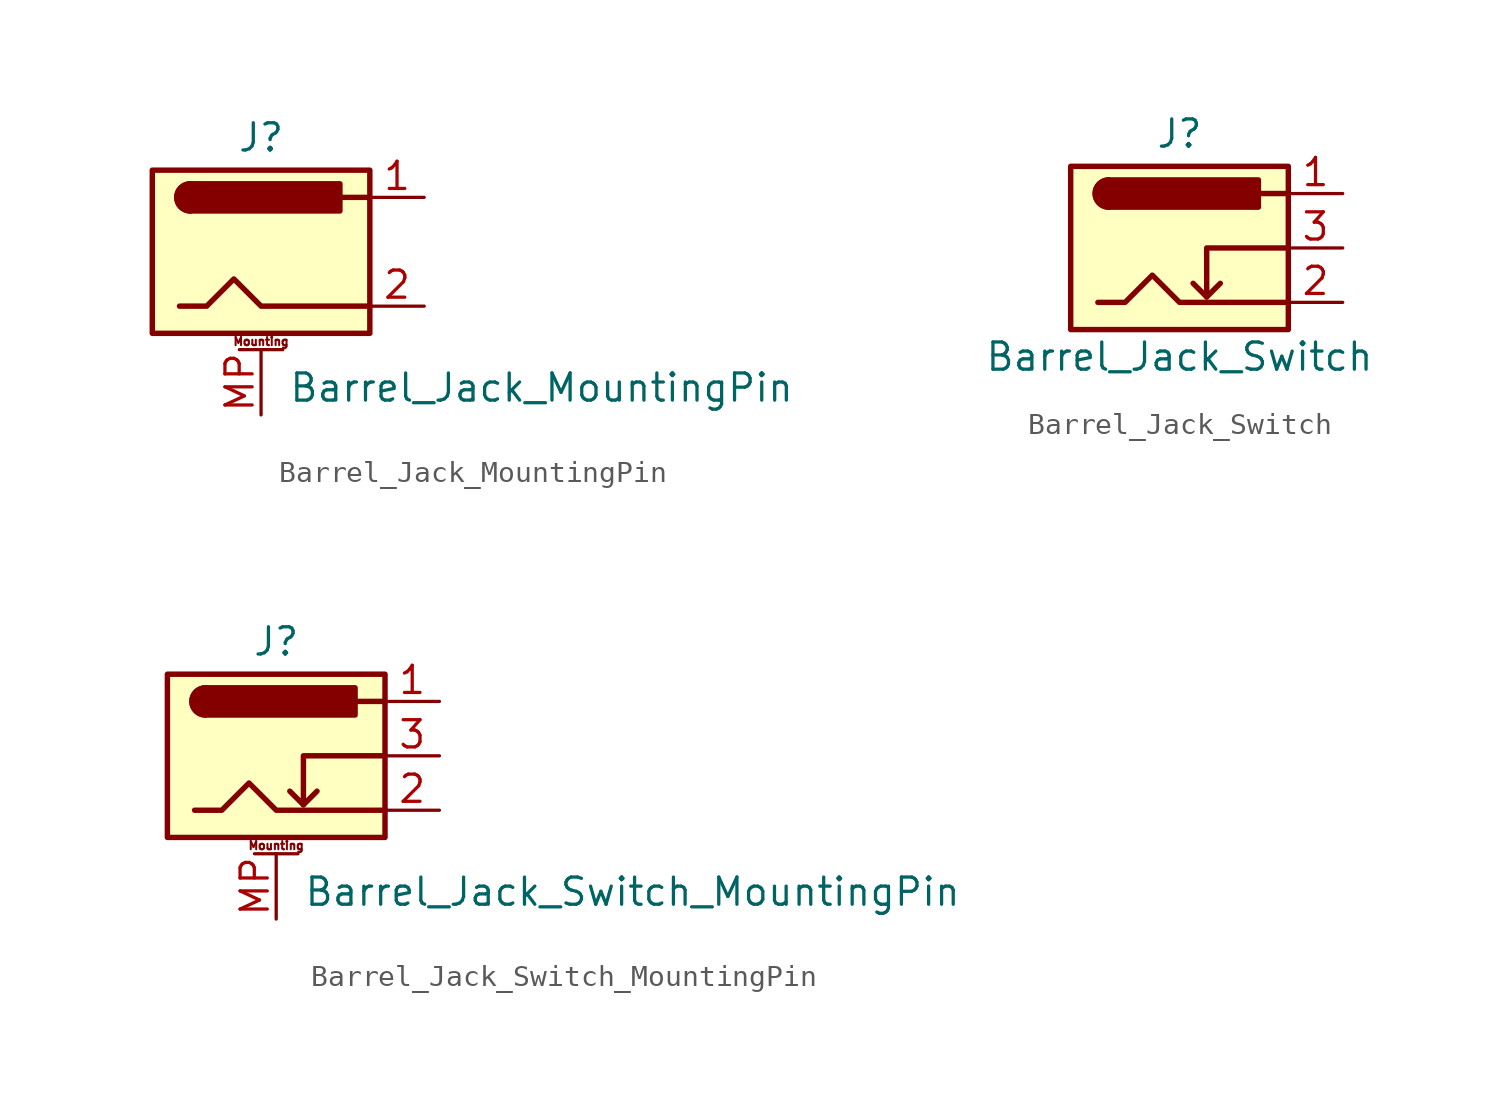
<source format=kicad_sym>
(kicad_symbol_lib
  (version 20201005)
  (generator kicad_symbol_editor)
  (symbol "Connector:Barrel_Jack_MountingPin"
    (pin_names hide)
    (property "Reference" "J"
      (at 0 5.334 0)
      (effects (font (size 1.27 1.27))))
    (property "Value" "Barrel_Jack_MountingPin"
      (at 1.27 -6.35 0)
      (effects (font (size 1.27 1.27)) (justify left)))
    (symbol "Barrel_Jack_MountingPin_0_1"
      (arc (start -3.302 3.175) (end -3.302 1.905) (radius (at -3.302 2.54) (length 0.635) (angles 90.1 -90.1)) (stroke (width 0.254)) (fill (type outline)))
      (arc (start -3.302 3.175) (end -3.302 1.905) (radius (at -3.302 2.54) (length 0.635) (angles 90.1 -90.1)) (stroke (width 0.254)) (fill (type none)))
      (rectangle (start -5.08 3.81) (end 5.08 -3.81) (stroke (width 0.254)) (fill (type background)))
      (rectangle (start 3.683 3.175) (end -3.302 1.905) (stroke (width 0.254)) (fill (type outline)))
      (polyline (pts (xy 5.08 2.54) (xy 3.81 2.54)) (stroke (width 0.254)) (fill (type none)))
      (polyline (pts (xy -3.81 -2.54) (xy -2.54 -2.54) (xy -1.27 -1.27) (xy 0 -2.54) (xy 2.54 -2.54) (xy 5.08 -2.54)) (stroke (width 0.254)) (fill (type none))))
    (symbol "Barrel_Jack_MountingPin_1_1"
      (text "Mounting" (at 0 -4.191 0) (effects (font (size 0.381 0.381))))
      (polyline (pts (xy -1.016 -4.572) (xy 1.016 -4.572)) (stroke (width 0.152)) (fill (type none)))
      (pin passive line (at 7.62 2.54 180) (length 2.54) (name "~" (effects (font (size 1.27 1.27)))) (number "1" (effects (font (size 1.27 1.27)))))
      (pin passive line (at 7.62 -2.54 180) (length 2.54) (name "~" (effects (font (size 1.27 1.27)))) (number "2" (effects (font (size 1.27 1.27)))))
      (pin passive line (at 0 -7.62 90) (length 3.048) (name "MountPin" (effects (font (size 1.27 1.27)))) (number "MP" (effects (font (size 1.27 1.27)))))))
  (symbol "Connector:Barrel_Jack_Switch"
    (pin_names hide)
    (property "Reference" "J"
      (at 0 5.334 0)
      (effects (font (size 1.27 1.27))))
    (property "Value" "Barrel_Jack_Switch"
      (at 0 -5.08 0)
      (effects (font (size 1.27 1.27))))
    (symbol "Barrel_Jack_Switch_0_1"
      (arc (start -3.302 3.175) (end -3.302 1.905) (radius (at -3.302 2.54) (length 0.635) (angles 90.1 -90.1)) (stroke (width 0.254)) (fill (type outline)))
      (arc (start -3.302 3.175) (end -3.302 1.905) (radius (at -3.302 2.54) (length 0.635) (angles 90.1 -90.1)) (stroke (width 0.254)) (fill (type none)))
      (rectangle (start -5.08 3.81) (end 5.08 -3.81) (stroke (width 0.254)) (fill (type background)))
      (rectangle (start 3.683 3.175) (end -3.302 1.905) (stroke (width 0.254)) (fill (type outline)))
      (polyline (pts (xy 1.27 -2.286) (xy 1.905 -1.651)) (stroke (width 0.254)) (fill (type none)))
      (polyline (pts (xy 5.08 2.54) (xy 3.81 2.54)) (stroke (width 0.254)) (fill (type none)))
      (polyline (pts (xy 5.08 0) (xy 1.27 0) (xy 1.27 -2.286) (xy 0.635 -1.651)) (stroke (width 0.254)) (fill (type none)))
      (polyline (pts (xy -3.81 -2.54) (xy -2.54 -2.54) (xy -1.27 -1.27) (xy 0 -2.54) (xy 2.54 -2.54) (xy 5.08 -2.54)) (stroke (width 0.254)) (fill (type none))))
    (symbol "Barrel_Jack_Switch_1_1"
      (pin passive line (at 7.62 2.54 180) (length 2.54) (name "~" (effects (font (size 1.27 1.27)))) (number "1" (effects (font (size 1.27 1.27)))))
      (pin passive line (at 7.62 -2.54 180) (length 2.54) (name "~" (effects (font (size 1.27 1.27)))) (number "2" (effects (font (size 1.27 1.27)))))
      (pin passive line (at 7.62 0 180) (length 2.54) (name "~" (effects (font (size 1.27 1.27)))) (number "3" (effects (font (size 1.27 1.27)))))))
  (symbol "Connector:Barrel_Jack_Switch_MountingPin"
    (pin_names hide)
    (property "Reference" "J"
      (at 0 5.334 0)
      (effects (font (size 1.27 1.27))))
    (property "Value" "Barrel_Jack_Switch_MountingPin"
      (at 1.27 -6.35 0)
      (effects (font (size 1.27 1.27)) (justify left)))
    (symbol "Barrel_Jack_Switch_MountingPin_0_1"
      (arc (start -3.302 3.175) (end -3.302 1.905) (radius (at -3.302 2.54) (length 0.635) (angles 90.1 -90.1)) (stroke (width 0.254)) (fill (type outline)))
      (arc (start -3.302 3.175) (end -3.302 1.905) (radius (at -3.302 2.54) (length 0.635) (angles 90.1 -90.1)) (stroke (width 0.254)) (fill (type none)))
      (rectangle (start -5.08 3.81) (end 5.08 -3.81) (stroke (width 0.254)) (fill (type background)))
      (rectangle (start 3.683 3.175) (end -3.302 1.905) (stroke (width 0.254)) (fill (type outline)))
      (polyline (pts (xy 1.27 -2.286) (xy 1.905 -1.651)) (stroke (width 0.254)) (fill (type none)))
      (polyline (pts (xy 5.08 2.54) (xy 3.81 2.54)) (stroke (width 0.254)) (fill (type none)))
      (polyline (pts (xy 5.08 0) (xy 1.27 0) (xy 1.27 -2.286) (xy 0.635 -1.651)) (stroke (width 0.254)) (fill (type none)))
      (polyline (pts (xy -3.81 -2.54) (xy -2.54 -2.54) (xy -1.27 -1.27) (xy 0 -2.54) (xy 2.54 -2.54) (xy 5.08 -2.54)) (stroke (width 0.254)) (fill (type none))))
    (symbol "Barrel_Jack_Switch_MountingPin_1_1"
      (text "Mounting" (at 0 -4.191 0) (effects (font (size 0.381 0.381))))
      (polyline (pts (xy -1.016 -4.572) (xy 1.016 -4.572)) (stroke (width 0.152)) (fill (type none)))
      (pin passive line (at 7.62 2.54 180) (length 2.54) (name "~" (effects (font (size 1.27 1.27)))) (number "1" (effects (font (size 1.27 1.27)))))
      (pin passive line (at 7.62 -2.54 180) (length 2.54) (name "~" (effects (font (size 1.27 1.27)))) (number "2" (effects (font (size 1.27 1.27)))))
      (pin passive line (at 7.62 0 180) (length 2.54) (name "~" (effects (font (size 1.27 1.27)))) (number "3" (effects (font (size 1.27 1.27)))))
      (pin passive line (at 0 -7.62 90) (length 3.048) (name "MountPin" (effects (font (size 1.27 1.27)))) (number "MP" (effects (font (size 1.27 1.27))))))))
</source>
